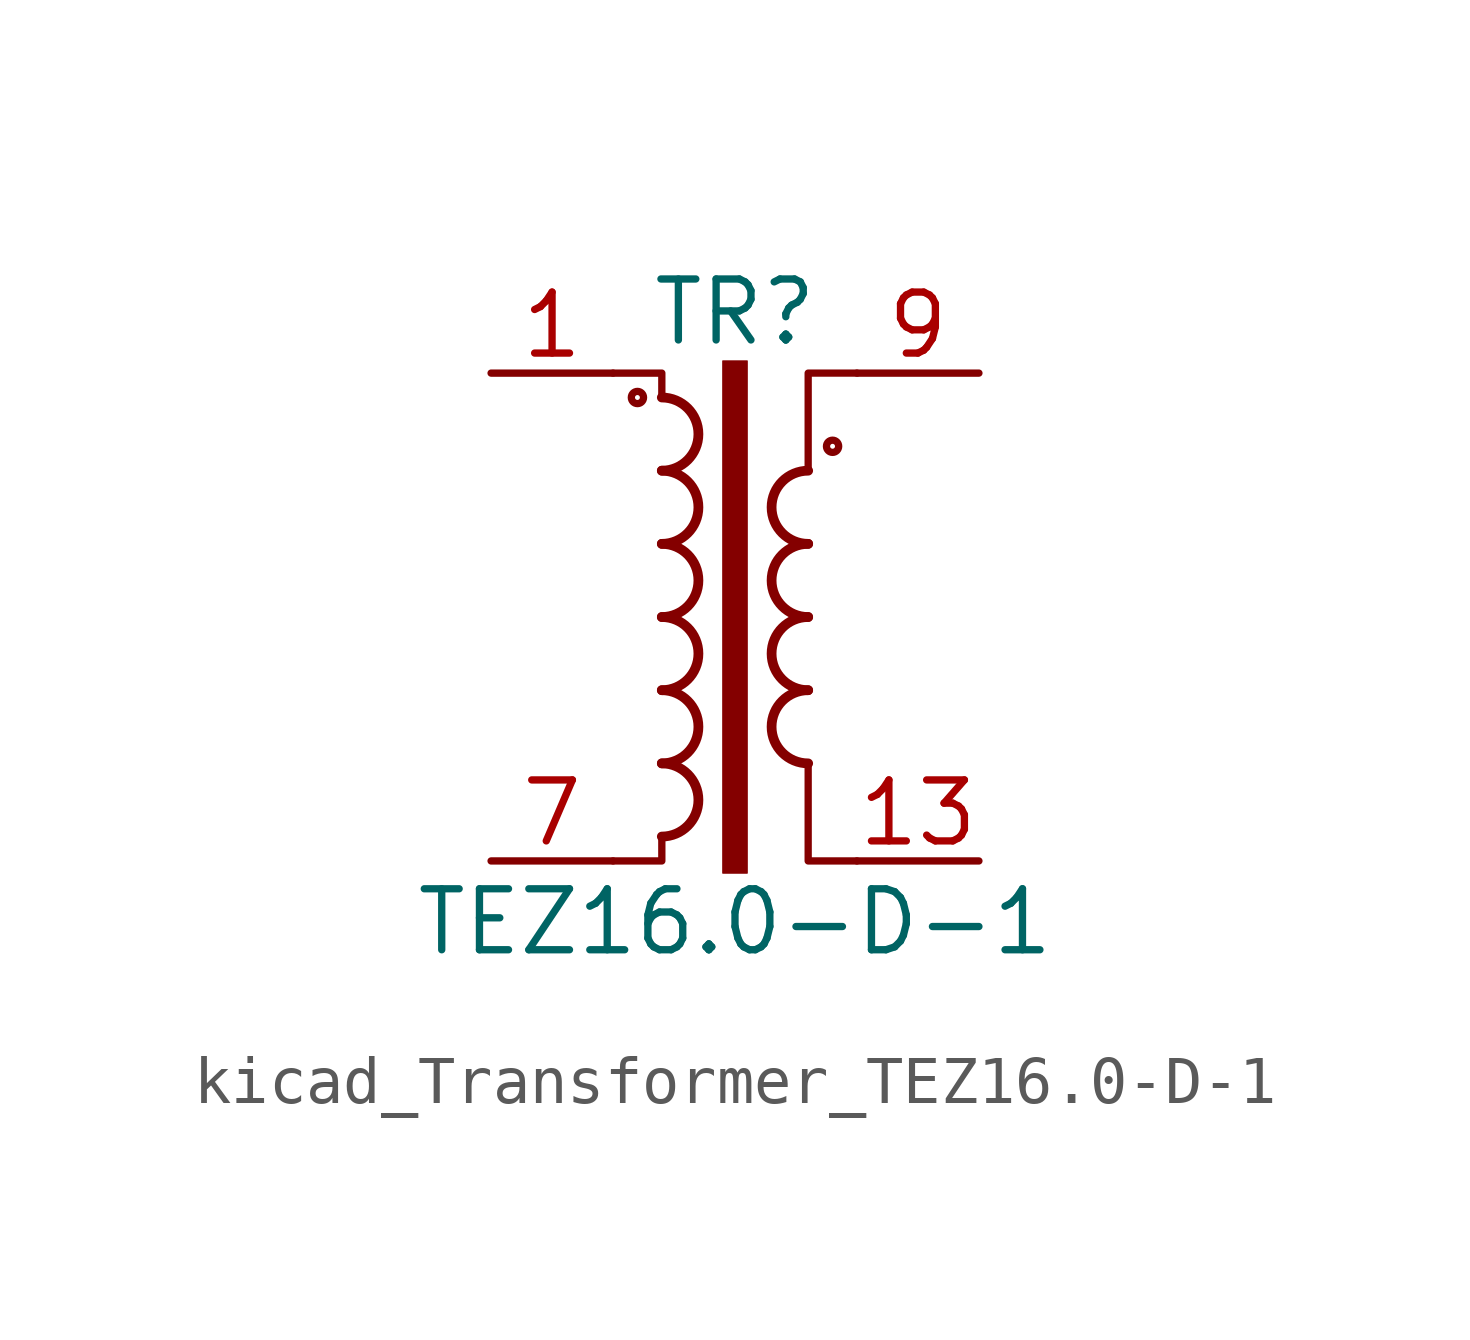
<source format=kicad_sym>
(kicad_symbol_lib
  (version 20220914)
  (generator kicad_symbol_editor)
  (symbol "kicad_Transformer_TEZ16.0-D-1"
    (pin_names
      (offset 0.025))
    (property "Reference" "TR"
      (at 0 6.35 0)
      (effects (font (size 1.27 1.27))))
    (property "Value" "TEZ16.0-D-1"
      (at 0 -6.35 0)
      (effects (font (size 1.27 1.27))))
    (symbol "kicad_Transformer_TEZ16.0-D-1_0_1"
      (circle (center -2.032 4.572) (radius 0.127) (stroke (width 0) (type default)) (fill (type none)))
      (arc (start -1.524 -4.572) (mid -0.7653 -3.81) (end -1.524 -3.048) (stroke (width 0.2032) (type default)) (fill (type none)))
      (arc (start -1.524 -3.048) (mid -0.7653 -2.286) (end -1.524 -1.524) (stroke (width 0.2032) (type default)) (fill (type none)))
      (arc (start -1.524 -1.524) (mid -0.7653 -0.762) (end -1.524 0) (stroke (width 0.2032) (type default)) (fill (type none)))
      (arc (start -1.524 0) (mid -0.7653 0.762) (end -1.524 1.524) (stroke (width 0.2032) (type default)) (fill (type none)))
      (arc (start -1.524 1.524) (mid -0.7653 2.286) (end -1.524 3.048) (stroke (width 0.2032) (type default)) (fill (type none)))
      (arc (start -1.524 3.048) (mid -0.7653 3.81) (end -1.524 4.572) (stroke (width 0.2032) (type default)) (fill (type none)))
      (rectangle (start -0.254 5.334) (end 0.254 -5.334) (stroke (width 0.025) (type default)) (fill (type outline)))
      (polyline (pts (xy -1.524 -4.572) (xy -1.524 -5.08) (xy -2.54 -5.08)) (stroke (width 0) (type default)) (fill (type none)))
      (polyline (pts (xy -1.524 4.572) (xy -1.524 5.08) (xy -2.54 5.08)) (stroke (width 0) (type default)) (fill (type none)))
      (polyline (pts (xy 1.524 3.048) (xy 1.524 5.08) (xy 2.54 5.08) (xy 2.54 5.08)) (stroke (width 0.152) (type default)) (fill (type none)))
      (polyline (pts (xy 2.54 -5.08) (xy 1.524 -5.08) (xy 1.524 -3.048) (xy 1.524 -3.048)) (stroke (width 0.152) (type default)) (fill (type none)))
      (arc (start 1.524 -1.524) (mid 0.7653 -2.286) (end 1.524 -3.048) (stroke (width 0.2032) (type default)) (fill (type none)))
      (arc (start 1.524 0) (mid 0.7653 -0.762) (end 1.524 -1.524) (stroke (width 0.2032) (type default)) (fill (type none)))
      (arc (start 1.524 1.524) (mid 0.7653 0.762) (end 1.524 0) (stroke (width 0.2032) (type default)) (fill (type none)))
      (arc (start 1.524 3.048) (mid 0.7653 2.286) (end 1.524 1.524) (stroke (width 0.2032) (type default)) (fill (type none)))
      (circle (center 2.032 3.556) (radius 0.127) (stroke (width 0) (type default)) (fill (type none))))
    (symbol "kicad_Transformer_TEZ16.0-D-1_1_1"
      (pin passive line (at -5.08 5.08 0) (length 2.54) (name "~" (effects (font (size 1.27 1.27)))) (number "1" (effects (font (size 1.27 1.27)))))
      (pin passive line (at 5.08 -5.08 180) (length 2.54) (name "~" (effects (font (size 1.27 1.27)))) (number "13" (effects (font (size 1.27 1.27)))))
      (pin passive line (at -5.08 -5.08 0) (length 2.54) (name "~" (effects (font (size 1.27 1.27)))) (number "7" (effects (font (size 1.27 1.27)))))
      (pin passive line (at 5.08 5.08 180) (length 2.54) (name "~" (effects (font (size 1.27 1.27)))) (number "9" (effects (font (size 1.27 1.27))))))))
</source>
